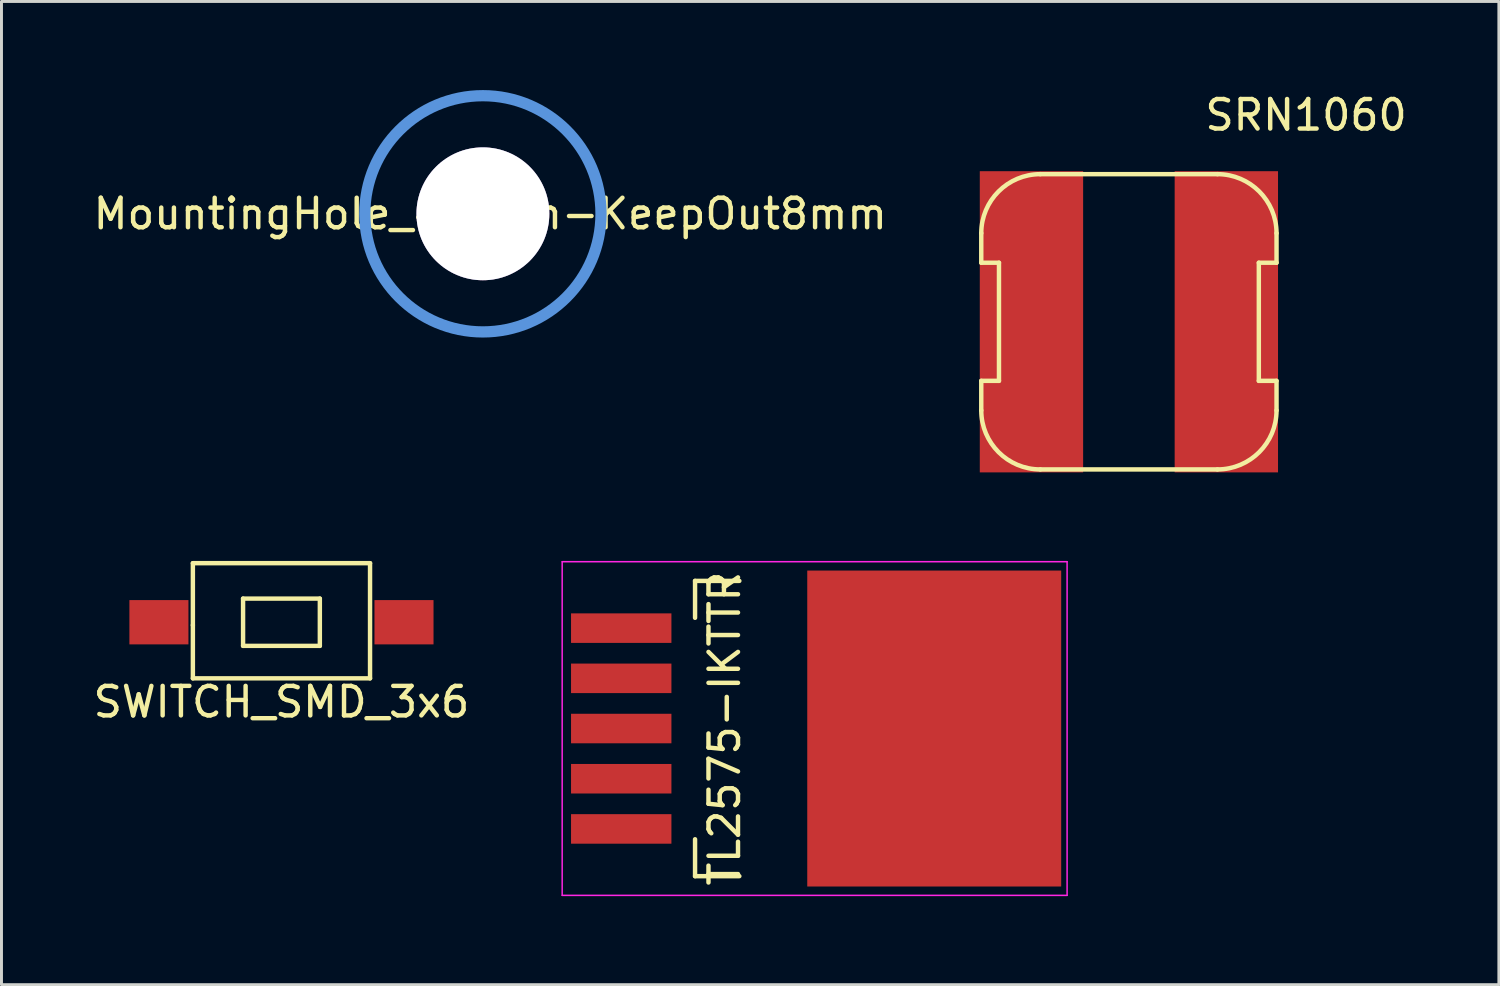
<source format=kicad_pcb>
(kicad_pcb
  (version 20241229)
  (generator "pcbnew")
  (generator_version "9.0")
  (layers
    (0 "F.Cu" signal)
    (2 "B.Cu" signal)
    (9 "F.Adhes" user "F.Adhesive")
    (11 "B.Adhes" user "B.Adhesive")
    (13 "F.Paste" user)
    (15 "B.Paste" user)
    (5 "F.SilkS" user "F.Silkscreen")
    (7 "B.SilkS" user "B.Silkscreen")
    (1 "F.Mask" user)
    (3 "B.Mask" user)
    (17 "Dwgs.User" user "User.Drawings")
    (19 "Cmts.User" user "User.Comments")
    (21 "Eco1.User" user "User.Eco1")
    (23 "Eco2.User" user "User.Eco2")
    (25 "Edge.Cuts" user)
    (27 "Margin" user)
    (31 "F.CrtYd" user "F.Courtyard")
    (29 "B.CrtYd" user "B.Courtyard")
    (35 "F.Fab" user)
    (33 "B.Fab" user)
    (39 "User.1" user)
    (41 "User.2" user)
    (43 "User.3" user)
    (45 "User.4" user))
  (footprint "MountingHole_4.5mm-KeepOut8mm"
    (layer "F.Cu")
    (at 13.304 4.191)
    (property "Reference" "MountingHole_4.5mm-KeepOut8mm" (at 0.25 0 0) (layer "F.SilkS") (effects (font (size 1 1) (thickness 0.15))))
    (attr through_hole)
    (fp_circle (center 0 0) (end 4 0) (stroke (width 0.381) (type solid)) (fill no) (layer "Cmts.User"))
    (pad "" thru_hole circle (at 0 0) (size 4.5 4.5) (drill 4.5) (layers)))
  (footprint "TL2575-IKTTR"
    (layer "F.Cu")
    (at 17.989 21.623)
    (property "Reference" "TL2575-IKTTR" (at 3.5 0 90) (layer "F.SilkS") (effects (font (size 1 1) (thickness 0.15))))
    (attr smd)
    (fp_line (start 2.5 -5) (end 2.5 -3.75) (stroke (width 0.15) (type solid)) (layer "F.SilkS"))
    (fp_line (start 2.5 -5) (end 4 -5) (stroke (width 0.15) (type solid)) (layer "F.SilkS"))
    (fp_line (start 2.5 5) (end 2.5 3.75) (stroke (width 0.15) (type solid)) (layer "F.SilkS"))
    (fp_line (start 2.5 5) (end 4 5) (stroke (width 0.15) (type solid)) (layer "F.SilkS"))
    (fp_line (start -2 -5.65) (end -2 5.65) (stroke (width 0.05) (type solid)) (layer "F.CrtYd"))
    (fp_line (start 15.1 -5.65) (end -2 -5.65) (stroke (width 0.05) (type solid)) (layer "F.CrtYd"))
    (fp_line (start 15.1 -5.65) (end 15.1 5.65) (stroke (width 0.05) (type solid)) (layer "F.CrtYd"))
    (fp_line (start 15.1 5.65) (end -2 5.65) (stroke (width 0.05) (type solid)) (layer "F.CrtYd"))
    (pad "1" smd rect (at 0 -3.4) (size 3.4 1) (layers "F.Cu" "F.Mask" "F.Paste"))
    (pad "2" smd rect (at 0 -1.7) (size 3.4 1) (layers "F.Cu" "F.Mask" "F.Paste"))
    (pad "3" smd rect (at 0 0) (size 3.4 1) (layers "F.Cu" "F.Mask" "F.Paste"))
    (pad "3" smd rect (at 10.6 0) (size 8.6 10.7) (layers "F.Cu" "F.Mask" "F.Paste"))
    (pad "4" smd rect (at 0 1.7) (size 3.4 1) (layers "F.Cu" "F.Mask" "F.Paste"))
    (pad "5" smd rect (at 0 3.4) (size 3.4 1) (layers "F.Cu" "F.Mask" "F.Paste")))
  (footprint "SWITCH_SMD_3x6"
    (layer "F.Cu")
    (at 6.482 18.023)
    (property "Reference" "SWITCH_SMD_3x6" (at 0 2.7 0) (layer "F.SilkS") (effects (font (size 1 1) (thickness 0.15))))
    (attr through_hole)
    (fp_line (start -3 -2) (end -3 0.1) (stroke (width 0.15) (type solid)) (layer "F.SilkS"))
    (fp_line (start -3 0.1) (end -3 1.9) (stroke (width 0.15) (type solid)) (layer "F.SilkS"))
    (fp_line (start -3 1.9) (end 3 1.9) (stroke (width 0.15) (type solid)) (layer "F.SilkS"))
    (fp_line (start -1.3 -0.8) (end 1.3 -0.8) (stroke (width 0.15) (type solid)) (layer "F.SilkS"))
    (fp_line (start -1.3 0.8) (end -1.3 -0.8) (stroke (width 0.15) (type solid)) (layer "F.SilkS"))
    (fp_line (start 1.3 -0.8) (end 1.3 0.8) (stroke (width 0.15) (type solid)) (layer "F.SilkS"))
    (fp_line (start 1.3 0.8) (end -1.3 0.8) (stroke (width 0.15) (type solid)) (layer "F.SilkS"))
    (fp_line (start 3 -2) (end -3 -2) (stroke (width 0.15) (type solid)) (layer "F.SilkS"))
    (fp_line (start 3 1.9) (end 3 -2) (stroke (width 0.15) (type solid)) (layer "F.SilkS"))
    (pad "1" smd rect (at 4.15 0) (size 2 1.5) (layers "F.Cu" "F.Mask" "F.Paste"))
    (pad "2" smd rect (at -4.15 0) (size 2 1.5) (layers "F.Cu" "F.Mask" "F.Paste")))
  (footprint "SRN1060"
    (layer "F.Cu")
    (at 35.182 7.848)
    (property "Reference" "SRN1060" (at 6 -7 0) (layer "F.SilkS") (effects (font (size 1 1) (thickness 0.15))))
    (attr through_hole)
    (fp_line (start -5 -3) (end -5 -2) (stroke (width 0.15) (type solid)) (layer "F.SilkS"))
    (fp_line (start -5 -2) (end -4.4 -2) (stroke (width 0.15) (type solid)) (layer "F.SilkS"))
    (fp_line (start -5 2) (end -5 3) (stroke (width 0.15) (type solid)) (layer "F.SilkS"))
    (fp_line (start -4.4 -2) (end -4.4 2) (stroke (width 0.15) (type solid)) (layer "F.SilkS"))
    (fp_line (start -4.4 2) (end -5 2) (stroke (width 0.15) (type solid)) (layer "F.SilkS"))
    (fp_line (start -3 5) (end 3 5) (stroke (width 0.15) (type solid)) (layer "F.SilkS"))
    (fp_line (start 3 -5) (end -3 -5) (stroke (width 0.15) (type solid)) (layer "F.SilkS"))
    (fp_line (start 4.4 -2) (end 4.4 2) (stroke (width 0.15) (type solid)) (layer "F.SilkS"))
    (fp_line (start 4.4 2) (end 5 2) (stroke (width 0.15) (type solid)) (layer "F.SilkS"))
    (fp_line (start 5 -3) (end 5 -2) (stroke (width 0.15) (type solid)) (layer "F.SilkS"))
    (fp_line (start 5 -2) (end 4.4 -2) (stroke (width 0.15) (type solid)) (layer "F.SilkS"))
    (fp_line (start 5 2) (end 5 3) (stroke (width 0.15) (type solid)) (layer "F.SilkS"))
    (fp_arc (start -5 -3) (mid -4.414214 -4.414214) (end -3 -5) (stroke (width 0.15) (type solid)) (layer "F.SilkS"))
    (fp_arc (start -3 5) (mid -4.414214 4.414214) (end -5 3) (stroke (width 0.15) (type solid)) (layer "F.SilkS"))
    (fp_arc (start 3 -5) (mid 4.414214 -4.414214) (end 5 -3) (stroke (width 0.15) (type solid)) (layer "F.SilkS"))
    (fp_arc (start 5 3) (mid 4.414214 4.414214) (end 3 5) (stroke (width 0.15) (type solid)) (layer "F.SilkS"))
    (pad "1" smd rect (at -3.3 0) (size 3.5 10.2) (layers "F.Cu" "F.Mask" "F.Paste"))
    (pad "2" smd rect (at 3.3 0) (size 3.5 10.2) (layers "F.Cu" "F.Mask" "F.Paste")))
  (gr_rect
    (start -3 -3)
    (end 47.712 30.298)
    (stroke (width 0.1) (type default))
    (fill no)
    (layer "Edge.Cuts")))
</source>
